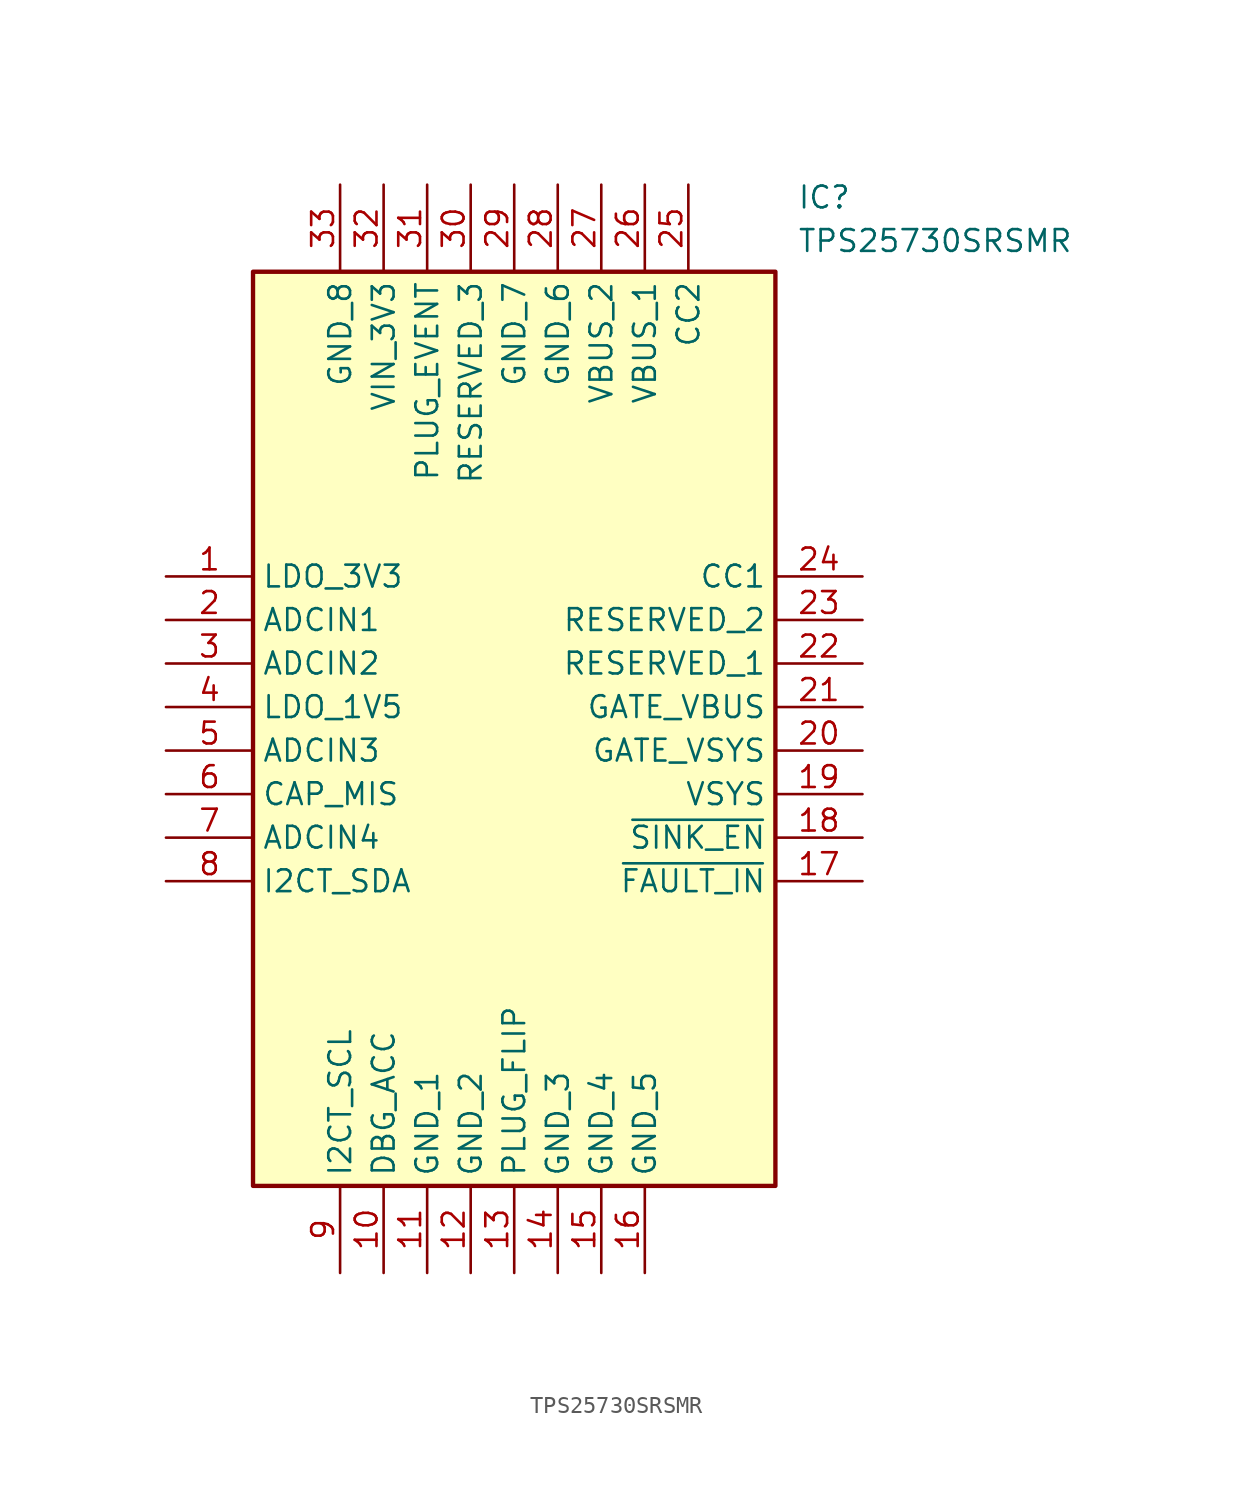
<source format=kicad_sym>
(kicad_symbol_lib
  (version 20211014)
  (generator SamacSys_ECAD_Model)
  (symbol "TPS25730SRSMR"
    (property "Reference" "IC"
      (at 36.83 22.86 0)
      (effects (font (size 1.27 1.27)) (justify left top)))
    (property "Value" "TPS25730SRSMR"
      (at 36.83 20.32 0)
      (effects (font (size 1.27 1.27)) (justify left top)))
    (rectangle
      (start 5.08 17.78)
      (end 35.56 -35.56)
      (stroke (width 0.254) (type default))
      (fill (type background)))
    (pin passive line
      (at 0 0 0)
      (length 5.08)
      (name "LDO_3V3" (effects (font (size 1.27 1.27))))
      (number "1" (effects (font (size 1.27 1.27)))))
    (pin passive line
      (at 0 -2.54 0)
      (length 5.08)
      (name "ADCIN1" (effects (font (size 1.27 1.27))))
      (number "2" (effects (font (size 1.27 1.27)))))
    (pin passive line
      (at 0 -5.08 0)
      (length 5.08)
      (name "ADCIN2" (effects (font (size 1.27 1.27))))
      (number "3" (effects (font (size 1.27 1.27)))))
    (pin passive line
      (at 0 -7.62 0)
      (length 5.08)
      (name "LDO_1V5" (effects (font (size 1.27 1.27))))
      (number "4" (effects (font (size 1.27 1.27)))))
    (pin passive line
      (at 0 -10.16 0)
      (length 5.08)
      (name "ADCIN3" (effects (font (size 1.27 1.27))))
      (number "5" (effects (font (size 1.27 1.27)))))
    (pin passive line
      (at 0 -12.7 0)
      (length 5.08)
      (name "CAP_MIS" (effects (font (size 1.27 1.27))))
      (number "6" (effects (font (size 1.27 1.27)))))
    (pin passive line
      (at 0 -15.24 0)
      (length 5.08)
      (name "ADCIN4" (effects (font (size 1.27 1.27))))
      (number "7" (effects (font (size 1.27 1.27)))))
    (pin passive line
      (at 0 -17.78 0)
      (length 5.08)
      (name "I2CT_SDA" (effects (font (size 1.27 1.27))))
      (number "8" (effects (font (size 1.27 1.27)))))
    (pin passive line
      (at 10.16 -40.64 90)
      (length 5.08)
      (name "I2CT_SCL" (effects (font (size 1.27 1.27))))
      (number "9" (effects (font (size 1.27 1.27)))))
    (pin passive line
      (at 12.7 -40.64 90)
      (length 5.08)
      (name "DBG_ACC" (effects (font (size 1.27 1.27))))
      (number "10" (effects (font (size 1.27 1.27)))))
    (pin passive line
      (at 15.24 -40.64 90)
      (length 5.08)
      (name "GND_1" (effects (font (size 1.27 1.27))))
      (number "11" (effects (font (size 1.27 1.27)))))
    (pin passive line
      (at 17.78 -40.64 90)
      (length 5.08)
      (name "GND_2" (effects (font (size 1.27 1.27))))
      (number "12" (effects (font (size 1.27 1.27)))))
    (pin passive line
      (at 20.32 -40.64 90)
      (length 5.08)
      (name "PLUG_FLIP" (effects (font (size 1.27 1.27))))
      (number "13" (effects (font (size 1.27 1.27)))))
    (pin passive line
      (at 22.86 -40.64 90)
      (length 5.08)
      (name "GND_3" (effects (font (size 1.27 1.27))))
      (number "14" (effects (font (size 1.27 1.27)))))
    (pin passive line
      (at 25.4 -40.64 90)
      (length 5.08)
      (name "GND_4" (effects (font (size 1.27 1.27))))
      (number "15" (effects (font (size 1.27 1.27)))))
    (pin passive line
      (at 27.94 -40.64 90)
      (length 5.08)
      (name "GND_5" (effects (font (size 1.27 1.27))))
      (number "16" (effects (font (size 1.27 1.27)))))
    (pin passive line
      (at 40.64 0 180)
      (length 5.08)
      (name "CC1" (effects (font (size 1.27 1.27))))
      (number "24" (effects (font (size 1.27 1.27)))))
    (pin passive line
      (at 40.64 -2.54 180)
      (length 5.08)
      (name "RESERVED_2" (effects (font (size 1.27 1.27))))
      (number "23" (effects (font (size 1.27 1.27)))))
    (pin passive line
      (at 40.64 -5.08 180)
      (length 5.08)
      (name "RESERVED_1" (effects (font (size 1.27 1.27))))
      (number "22" (effects (font (size 1.27 1.27)))))
    (pin passive line
      (at 40.64 -7.62 180)
      (length 5.08)
      (name "GATE_VBUS" (effects (font (size 1.27 1.27))))
      (number "21" (effects (font (size 1.27 1.27)))))
    (pin passive line
      (at 40.64 -10.16 180)
      (length 5.08)
      (name "GATE_VSYS" (effects (font (size 1.27 1.27))))
      (number "20" (effects (font (size 1.27 1.27)))))
    (pin passive line
      (at 40.64 -12.7 180)
      (length 5.08)
      (name "VSYS" (effects (font (size 1.27 1.27))))
      (number "19" (effects (font (size 1.27 1.27)))))
    (pin passive line
      (at 40.64 -15.24 180)
      (length 5.08)
      (name "~{SINK_EN}" (effects (font (size 1.27 1.27))))
      (number "18" (effects (font (size 1.27 1.27)))))
    (pin passive line
      (at 40.64 -17.78 180)
      (length 5.08)
      (name "~{FAULT_IN}" (effects (font (size 1.27 1.27))))
      (number "17" (effects (font (size 1.27 1.27)))))
    (pin passive line
      (at 10.16 22.86 270)
      (length 5.08)
      (name "GND_8" (effects (font (size 1.27 1.27))))
      (number "33" (effects (font (size 1.27 1.27)))))
    (pin passive line
      (at 12.7 22.86 270)
      (length 5.08)
      (name "VIN_3V3" (effects (font (size 1.27 1.27))))
      (number "32" (effects (font (size 1.27 1.27)))))
    (pin passive line
      (at 15.24 22.86 270)
      (length 5.08)
      (name "PLUG_EVENT" (effects (font (size 1.27 1.27))))
      (number "31" (effects (font (size 1.27 1.27)))))
    (pin passive line
      (at 17.78 22.86 270)
      (length 5.08)
      (name "RESERVED_3" (effects (font (size 1.27 1.27))))
      (number "30" (effects (font (size 1.27 1.27)))))
    (pin passive line
      (at 20.32 22.86 270)
      (length 5.08)
      (name "GND_7" (effects (font (size 1.27 1.27))))
      (number "29" (effects (font (size 1.27 1.27)))))
    (pin passive line
      (at 22.86 22.86 270)
      (length 5.08)
      (name "GND_6" (effects (font (size 1.27 1.27))))
      (number "28" (effects (font (size 1.27 1.27)))))
    (pin passive line
      (at 25.4 22.86 270)
      (length 5.08)
      (name "VBUS_2" (effects (font (size 1.27 1.27))))
      (number "27" (effects (font (size 1.27 1.27)))))
    (pin passive line
      (at 27.94 22.86 270)
      (length 5.08)
      (name "VBUS_1" (effects (font (size 1.27 1.27))))
      (number "26" (effects (font (size 1.27 1.27)))))
    (pin passive line
      (at 30.48 22.86 270)
      (length 5.08)
      (name "CC2" (effects (font (size 1.27 1.27))))
      (number "25" (effects (font (size 1.27 1.27)))))))
</source>
